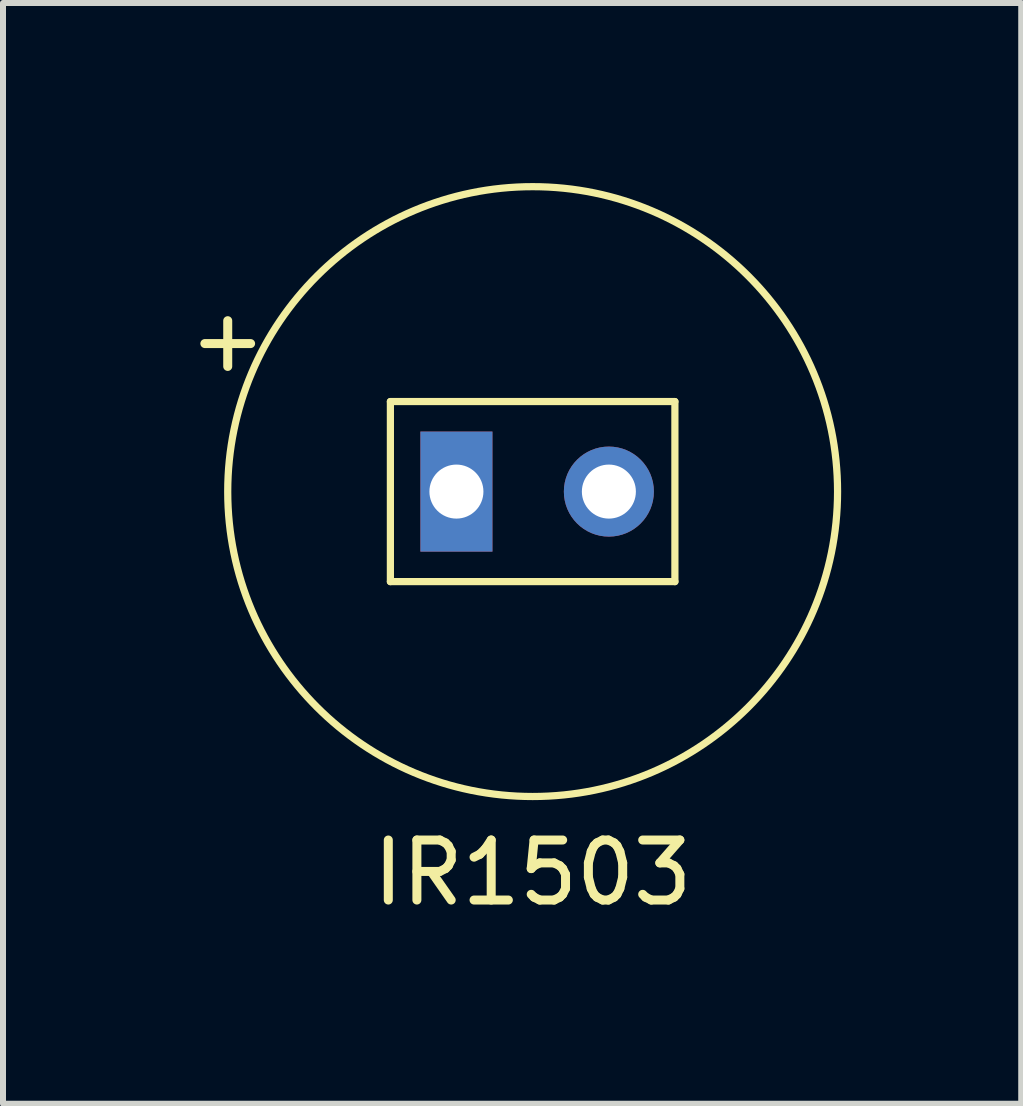
<source format=kicad_pcb>
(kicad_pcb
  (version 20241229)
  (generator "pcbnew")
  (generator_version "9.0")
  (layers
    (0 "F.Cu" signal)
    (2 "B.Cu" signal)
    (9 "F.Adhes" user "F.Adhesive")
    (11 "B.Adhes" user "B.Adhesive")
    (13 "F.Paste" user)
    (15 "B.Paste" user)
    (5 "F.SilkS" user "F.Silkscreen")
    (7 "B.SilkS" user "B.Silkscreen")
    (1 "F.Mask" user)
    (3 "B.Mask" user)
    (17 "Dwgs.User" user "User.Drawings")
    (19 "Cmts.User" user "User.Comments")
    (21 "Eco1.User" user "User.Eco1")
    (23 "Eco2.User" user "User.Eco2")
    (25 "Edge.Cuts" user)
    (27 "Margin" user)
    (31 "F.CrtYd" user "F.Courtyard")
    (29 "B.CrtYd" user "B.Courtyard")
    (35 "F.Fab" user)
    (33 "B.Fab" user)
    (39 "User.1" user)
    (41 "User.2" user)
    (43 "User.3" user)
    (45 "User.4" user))
  (footprint "IR1503"
    (layer "F.Cu")
    (at 5.824 5.14)
    (property "Reference" "IR1503" (at 0 6.35 0) (layer "F.SilkS") (effects (font (size 1 1) (thickness 0.15))))
    (attr through_hole)
    (fp_line (start -2.37 -1.5) (end 2.37 -1.5) (stroke (width 0.12) (type solid)) (layer "F.SilkS"))
    (fp_line (start -2.37 1.5) (end -2.37 -1.5) (stroke (width 0.12) (type solid)) (layer "F.SilkS"))
    (fp_line (start 2.37 -1.5) (end 2.37 1.5) (stroke (width 0.12) (type solid)) (layer "F.SilkS"))
    (fp_line (start 2.37 1.5) (end -2.37 1.5) (stroke (width 0.12) (type solid)) (layer "F.SilkS"))
    (fp_circle (center 0 0) (end 5.08 0) (stroke (width 0.12) (type solid)) (fill no) (layer "F.SilkS"))
    (fp_text user "+" (at -5.08 -2.54 0) (layer "F.SilkS") (effects (font (size 1 1) (thickness 0.15))))
    (pad "1" thru_hole rect (at -1.27 0) (size 1.2 2) (drill 0.9) (layers "*.Cu" "*.Mask"))
    (pad "2" thru_hole circle (at 1.27 0) (size 1.5 1.5) (drill 0.9) (layers "*.Cu" "*.Mask")))
  (gr_rect
    (start -3 -3)
    (end 13.964 15.338)
    (stroke (width 0.1) (type default))
    (fill no)
    (layer "Edge.Cuts")))
</source>
